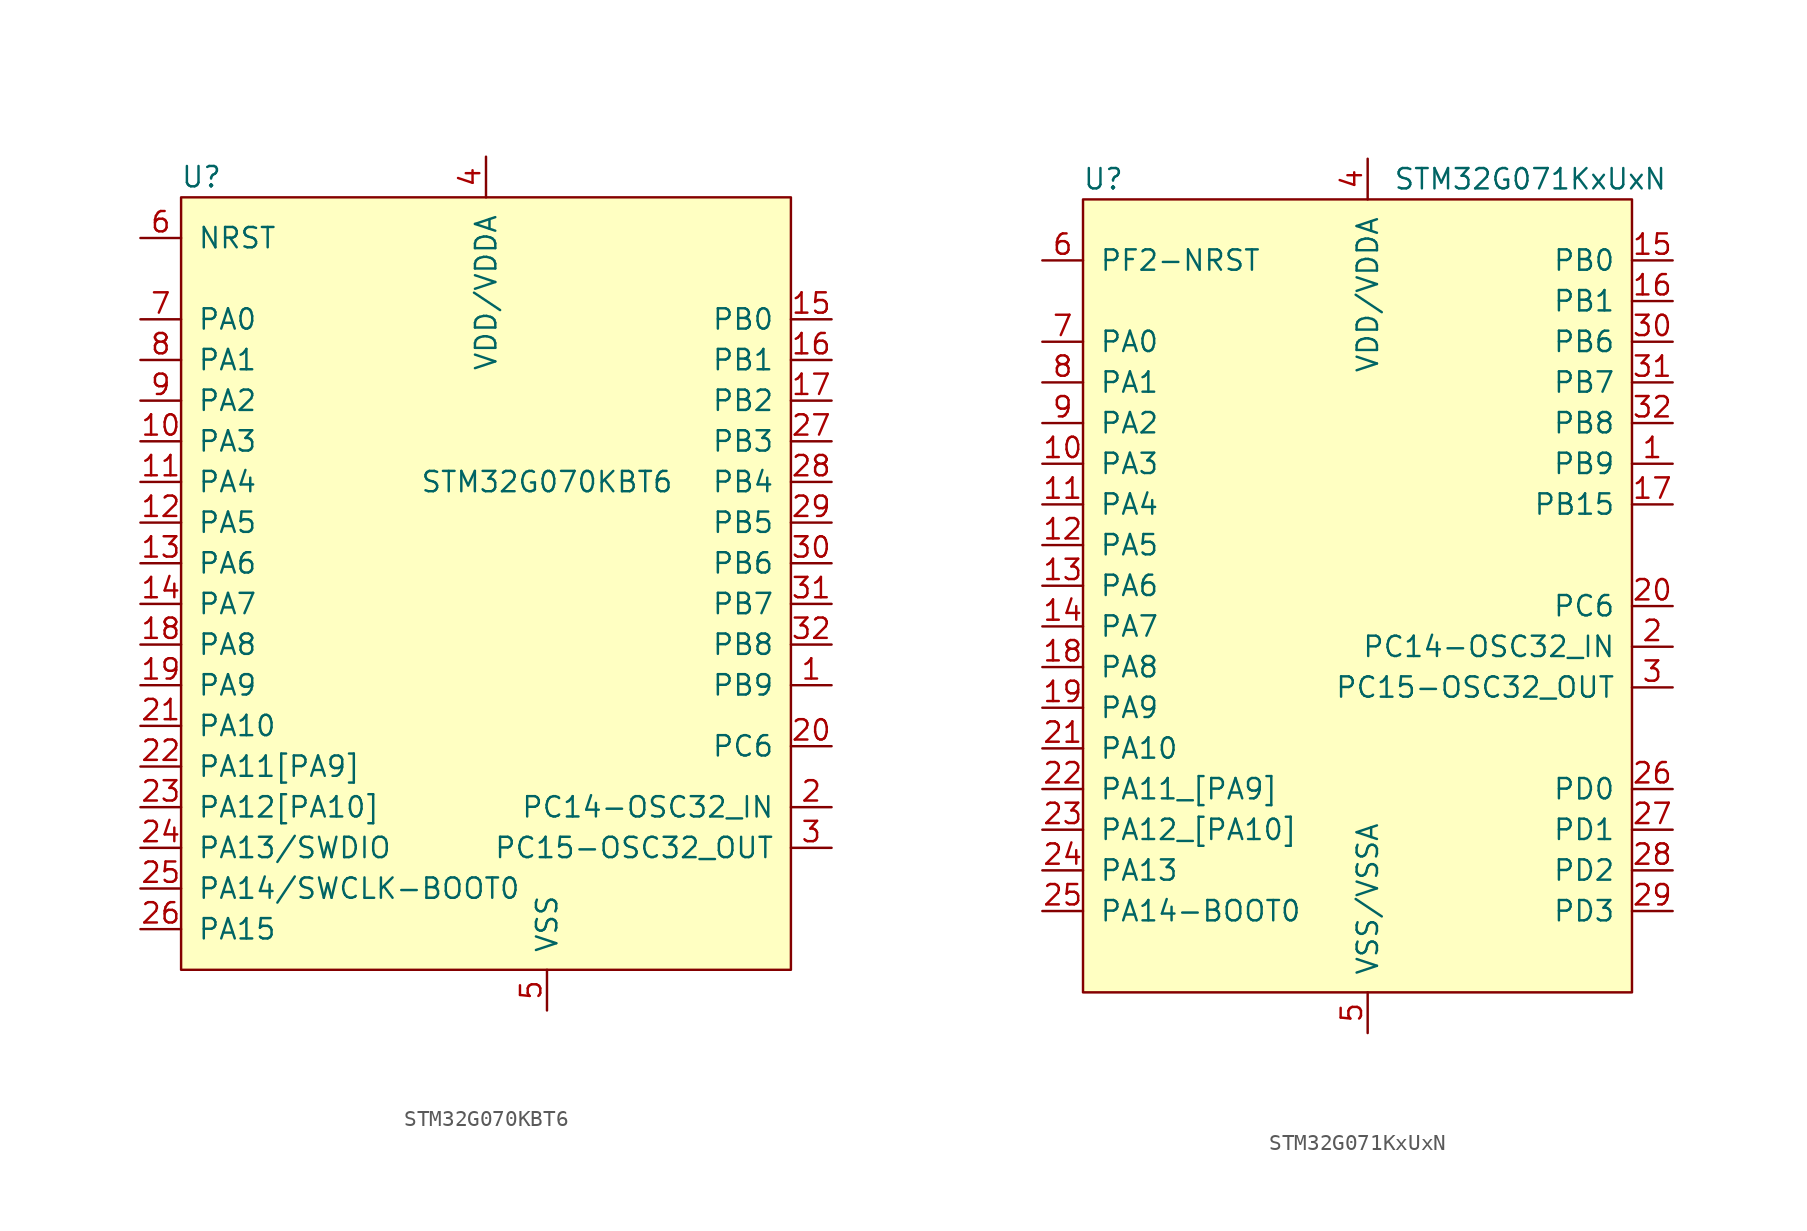
<source format=kicad_sym>
(kicad_symbol_lib
  (version 20220914)
  (generator kicad_symbol_editor)
  (symbol "STM32G070KBT6"
    (pin_names
      (offset 1.016))
    (property "Reference" "U"
      (at -17.78 19.05 0)
      (effects (font (size 1.27 1.27))))
    (property "Value" "STM32G070KBT6"
      (at 3.81 0 0)
      (effects (font (size 1.27 1.27))))
    (symbol "STM32G070KBT6_0_1"
      (rectangle (start -19.05 17.78) (end 19.05 -30.48) (stroke (width 0) (type default)) (fill (type background))))
    (symbol "STM32G070KBT6_1_1"
      (pin bidirectional line (at 21.59 -12.7 180) (length 2.54) (name "PB9" (effects (font (size 1.27 1.27)))) (number "1" (effects (font (size 1.27 1.27)))))
      (pin bidirectional line (at -21.59 2.54 0) (length 2.54) (name "PA3" (effects (font (size 1.27 1.27)))) (number "10" (effects (font (size 1.27 1.27)))))
      (pin bidirectional line (at -21.59 0 0) (length 2.54) (name "PA4" (effects (font (size 1.27 1.27)))) (number "11" (effects (font (size 1.27 1.27)))))
      (pin bidirectional line (at -21.59 -2.54 0) (length 2.54) (name "PA5" (effects (font (size 1.27 1.27)))) (number "12" (effects (font (size 1.27 1.27)))))
      (pin bidirectional line (at -21.59 -5.08 0) (length 2.54) (name "PA6" (effects (font (size 1.27 1.27)))) (number "13" (effects (font (size 1.27 1.27)))))
      (pin bidirectional line (at -21.59 -7.62 0) (length 2.54) (name "PA7" (effects (font (size 1.27 1.27)))) (number "14" (effects (font (size 1.27 1.27)))))
      (pin bidirectional line (at 21.59 10.16 180) (length 2.54) (name "PB0" (effects (font (size 1.27 1.27)))) (number "15" (effects (font (size 1.27 1.27)))))
      (pin bidirectional line (at 21.59 7.62 180) (length 2.54) (name "PB1" (effects (font (size 1.27 1.27)))) (number "16" (effects (font (size 1.27 1.27)))))
      (pin bidirectional line (at 21.59 5.08 180) (length 2.54) (name "PB2" (effects (font (size 1.27 1.27)))) (number "17" (effects (font (size 1.27 1.27)))))
      (pin bidirectional line (at -21.59 -10.16 0) (length 2.54) (name "PA8" (effects (font (size 1.27 1.27)))) (number "18" (effects (font (size 1.27 1.27)))))
      (pin bidirectional line (at -21.59 -12.7 0) (length 2.54) (name "PA9" (effects (font (size 1.27 1.27)))) (number "19" (effects (font (size 1.27 1.27)))))
      (pin bidirectional line (at 21.59 -20.32 180) (length 2.54) (name "PC14-OSC32_IN" (effects (font (size 1.27 1.27)))) (number "2" (effects (font (size 1.27 1.27)))))
      (pin bidirectional line (at 21.59 -16.51 180) (length 2.54) (name "PC6" (effects (font (size 1.27 1.27)))) (number "20" (effects (font (size 1.27 1.27)))))
      (pin bidirectional line (at -21.59 -15.24 0) (length 2.54) (name "PA10" (effects (font (size 1.27 1.27)))) (number "21" (effects (font (size 1.27 1.27)))))
      (pin bidirectional line (at -21.59 -17.78 0) (length 2.54) (name "PA11[PA9]" (effects (font (size 1.27 1.27)))) (number "22" (effects (font (size 1.27 1.27)))))
      (pin bidirectional line (at -21.59 -20.32 0) (length 2.54) (name "PA12[PA10]" (effects (font (size 1.27 1.27)))) (number "23" (effects (font (size 1.27 1.27)))))
      (pin bidirectional line (at -21.59 -22.86 0) (length 2.54) (name "PA13/SWDIO" (effects (font (size 1.27 1.27)))) (number "24" (effects (font (size 1.27 1.27)))))
      (pin bidirectional line (at -21.59 -25.4 0) (length 2.54) (name "PA14/SWCLK-BOOT0" (effects (font (size 1.27 1.27)))) (number "25" (effects (font (size 1.27 1.27)))))
      (pin bidirectional line (at -21.59 -27.94 0) (length 2.54) (name "PA15" (effects (font (size 1.27 1.27)))) (number "26" (effects (font (size 1.27 1.27)))))
      (pin bidirectional line (at 21.59 2.54 180) (length 2.54) (name "PB3" (effects (font (size 1.27 1.27)))) (number "27" (effects (font (size 1.27 1.27)))))
      (pin bidirectional line (at 21.59 0 180) (length 2.54) (name "PB4" (effects (font (size 1.27 1.27)))) (number "28" (effects (font (size 1.27 1.27)))))
      (pin bidirectional line (at 21.59 -2.54 180) (length 2.54) (name "PB5" (effects (font (size 1.27 1.27)))) (number "29" (effects (font (size 1.27 1.27)))))
      (pin bidirectional line (at 21.59 -22.86 180) (length 2.54) (name "PC15-OSC32_OUT" (effects (font (size 1.27 1.27)))) (number "3" (effects (font (size 1.27 1.27)))))
      (pin bidirectional line (at 21.59 -5.08 180) (length 2.54) (name "PB6" (effects (font (size 1.27 1.27)))) (number "30" (effects (font (size 1.27 1.27)))))
      (pin bidirectional line (at 21.59 -7.62 180) (length 2.54) (name "PB7" (effects (font (size 1.27 1.27)))) (number "31" (effects (font (size 1.27 1.27)))))
      (pin bidirectional line (at 21.59 -10.16 180) (length 2.54) (name "PB8" (effects (font (size 1.27 1.27)))) (number "32" (effects (font (size 1.27 1.27)))))
      (pin power_in line (at 0 20.32 270) (length 2.54) (name "VDD/VDDA" (effects (font (size 1.27 1.27)))) (number "4" (effects (font (size 1.27 1.27)))))
      (pin power_in line (at 3.81 -33.02 90) (length 2.54) (name "VSS" (effects (font (size 1.27 1.27)))) (number "5" (effects (font (size 1.27 1.27)))))
      (pin input line (at -21.59 15.24 0) (length 2.54) (name "NRST" (effects (font (size 1.27 1.27)))) (number "6" (effects (font (size 1.27 1.27)))))
      (pin bidirectional line (at -21.59 10.16 0) (length 2.54) (name "PA0" (effects (font (size 1.27 1.27)))) (number "7" (effects (font (size 1.27 1.27)))))
      (pin bidirectional line (at -21.59 7.62 0) (length 2.54) (name "PA1" (effects (font (size 1.27 1.27)))) (number "8" (effects (font (size 1.27 1.27)))))
      (pin bidirectional line (at -21.59 5.08 0) (length 2.54) (name "PA2" (effects (font (size 1.27 1.27)))) (number "9" (effects (font (size 1.27 1.27)))))))
  (symbol "STM32G071KxUxN"
    (pin_names
      (offset 1.016))
    (property "Reference" "U"
      (at -16.51 24.13 0)
      (effects (font (size 1.27 1.27))))
    (property "Value" "STM32G071KxUxN"
      (at 10.16 24.13 0)
      (effects (font (size 1.27 1.27))))
    (symbol "STM32G071KxUxN_0_1"
      (rectangle (start -17.78 22.86) (end 16.51 -26.67) (stroke (width 0) (type default)) (fill (type background))))
    (symbol "STM32G071KxUxN_1_1"
      (pin bidirectional line (at 19.05 6.35 180) (length 2.54) (name "PB9" (effects (font (size 1.27 1.27)))) (number "1" (effects (font (size 1.27 1.27)))))
      (pin bidirectional line (at -20.32 6.35 0) (length 2.54) (name "PA3" (effects (font (size 1.27 1.27)))) (number "10" (effects (font (size 1.27 1.27)))))
      (pin bidirectional line (at -20.32 3.81 0) (length 2.54) (name "PA4" (effects (font (size 1.27 1.27)))) (number "11" (effects (font (size 1.27 1.27)))))
      (pin bidirectional line (at -20.32 1.27 0) (length 2.54) (name "PA5" (effects (font (size 1.27 1.27)))) (number "12" (effects (font (size 1.27 1.27)))))
      (pin bidirectional line (at -20.32 -1.27 0) (length 2.54) (name "PA6" (effects (font (size 1.27 1.27)))) (number "13" (effects (font (size 1.27 1.27)))))
      (pin bidirectional line (at -20.32 -3.81 0) (length 2.54) (name "PA7" (effects (font (size 1.27 1.27)))) (number "14" (effects (font (size 1.27 1.27)))))
      (pin bidirectional line (at 19.05 19.05 180) (length 2.54) (name "PB0" (effects (font (size 1.27 1.27)))) (number "15" (effects (font (size 1.27 1.27)))))
      (pin bidirectional line (at 19.05 16.51 180) (length 2.54) (name "PB1" (effects (font (size 1.27 1.27)))) (number "16" (effects (font (size 1.27 1.27)))))
      (pin bidirectional line (at 19.05 3.81 180) (length 2.54) (name "PB15" (effects (font (size 1.27 1.27)))) (number "17" (effects (font (size 1.27 1.27)))))
      (pin bidirectional line (at -20.32 -6.35 0) (length 2.54) (name "PA8" (effects (font (size 1.27 1.27)))) (number "18" (effects (font (size 1.27 1.27)))))
      (pin bidirectional line (at -20.32 -8.89 0) (length 2.54) (name "PA9" (effects (font (size 1.27 1.27)))) (number "19" (effects (font (size 1.27 1.27)))))
      (pin bidirectional line (at 19.05 -5.08 180) (length 2.54) (name "PC14-OSC32_IN" (effects (font (size 1.27 1.27)))) (number "2" (effects (font (size 1.27 1.27)))))
      (pin bidirectional line (at 19.05 -2.54 180) (length 2.54) (name "PC6" (effects (font (size 1.27 1.27)))) (number "20" (effects (font (size 1.27 1.27)))))
      (pin bidirectional line (at -20.32 -11.43 0) (length 2.54) (name "PA10" (effects (font (size 1.27 1.27)))) (number "21" (effects (font (size 1.27 1.27)))))
      (pin bidirectional line (at -20.32 -13.97 0) (length 2.54) (name "PA11_[PA9]" (effects (font (size 1.27 1.27)))) (number "22" (effects (font (size 1.27 1.27)))))
      (pin bidirectional line (at -20.32 -16.51 0) (length 2.54) (name "PA12_[PA10]" (effects (font (size 1.27 1.27)))) (number "23" (effects (font (size 1.27 1.27)))))
      (pin bidirectional line (at -20.32 -19.05 0) (length 2.54) (name "PA13" (effects (font (size 1.27 1.27)))) (number "24" (effects (font (size 1.27 1.27)))))
      (pin bidirectional line (at -20.32 -21.59 0) (length 2.54) (name "PA14-BOOT0" (effects (font (size 1.27 1.27)))) (number "25" (effects (font (size 1.27 1.27)))))
      (pin bidirectional line (at 19.05 -13.97 180) (length 2.54) (name "PD0" (effects (font (size 1.27 1.27)))) (number "26" (effects (font (size 1.27 1.27)))))
      (pin bidirectional line (at 19.05 -16.51 180) (length 2.54) (name "PD1" (effects (font (size 1.27 1.27)))) (number "27" (effects (font (size 1.27 1.27)))))
      (pin bidirectional line (at 19.05 -19.05 180) (length 2.54) (name "PD2" (effects (font (size 1.27 1.27)))) (number "28" (effects (font (size 1.27 1.27)))))
      (pin bidirectional line (at 19.05 -21.59 180) (length 2.54) (name "PD3" (effects (font (size 1.27 1.27)))) (number "29" (effects (font (size 1.27 1.27)))))
      (pin bidirectional line (at 19.05 -7.62 180) (length 2.54) (name "PC15-OSC32_OUT" (effects (font (size 1.27 1.27)))) (number "3" (effects (font (size 1.27 1.27)))))
      (pin bidirectional line (at 19.05 13.97 180) (length 2.54) (name "PB6" (effects (font (size 1.27 1.27)))) (number "30" (effects (font (size 1.27 1.27)))))
      (pin bidirectional line (at 19.05 11.43 180) (length 2.54) (name "PB7" (effects (font (size 1.27 1.27)))) (number "31" (effects (font (size 1.27 1.27)))))
      (pin bidirectional line (at 19.05 8.89 180) (length 2.54) (name "PB8" (effects (font (size 1.27 1.27)))) (number "32" (effects (font (size 1.27 1.27)))))
      (pin passive line (at 0 -29.21 90) (length 2.54) hide (name "VSS" (effects (font (size 1.27 1.27)))) (number "33" (effects (font (size 1.27 1.27)))))
      (pin power_in line (at 0 25.4 270) (length 2.54) (name "VDD/VDDA" (effects (font (size 1.27 1.27)))) (number "4" (effects (font (size 1.27 1.27)))))
      (pin power_in line (at 0 -29.21 90) (length 2.54) (name "VSS/VSSA" (effects (font (size 1.27 1.27)))) (number "5" (effects (font (size 1.27 1.27)))))
      (pin bidirectional line (at -20.32 19.05 0) (length 2.54) (name "PF2-NRST" (effects (font (size 1.27 1.27)))) (number "6" (effects (font (size 1.27 1.27)))))
      (pin bidirectional line (at -20.32 13.97 0) (length 2.54) (name "PA0" (effects (font (size 1.27 1.27)))) (number "7" (effects (font (size 1.27 1.27)))))
      (pin bidirectional line (at -20.32 11.43 0) (length 2.54) (name "PA1" (effects (font (size 1.27 1.27)))) (number "8" (effects (font (size 1.27 1.27)))))
      (pin bidirectional line (at -20.32 8.89 0) (length 2.54) (name "PA2" (effects (font (size 1.27 1.27)))) (number "9" (effects (font (size 1.27 1.27))))))))
</source>
